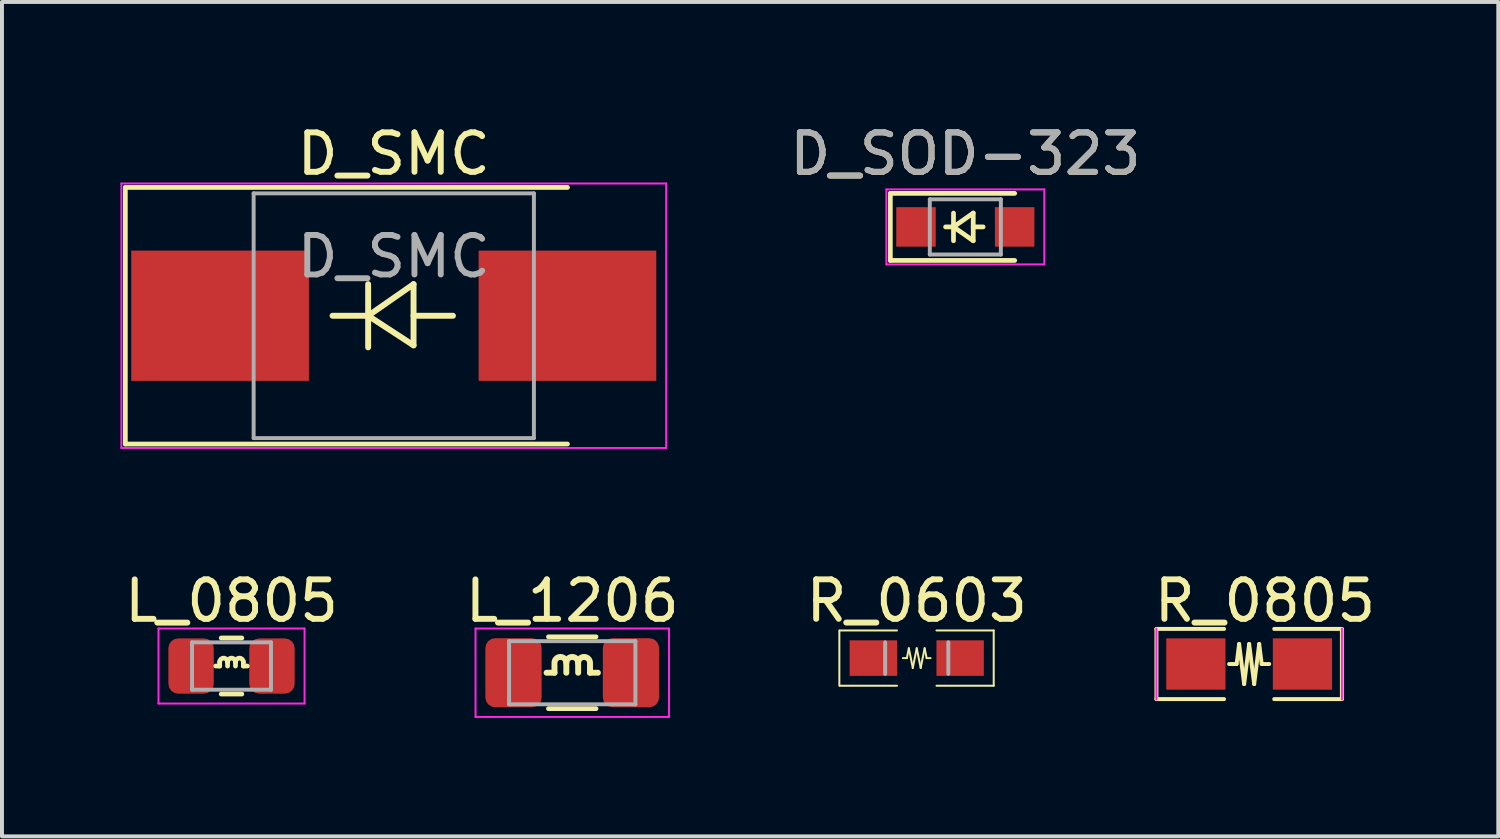
<source format=kicad_pcb>
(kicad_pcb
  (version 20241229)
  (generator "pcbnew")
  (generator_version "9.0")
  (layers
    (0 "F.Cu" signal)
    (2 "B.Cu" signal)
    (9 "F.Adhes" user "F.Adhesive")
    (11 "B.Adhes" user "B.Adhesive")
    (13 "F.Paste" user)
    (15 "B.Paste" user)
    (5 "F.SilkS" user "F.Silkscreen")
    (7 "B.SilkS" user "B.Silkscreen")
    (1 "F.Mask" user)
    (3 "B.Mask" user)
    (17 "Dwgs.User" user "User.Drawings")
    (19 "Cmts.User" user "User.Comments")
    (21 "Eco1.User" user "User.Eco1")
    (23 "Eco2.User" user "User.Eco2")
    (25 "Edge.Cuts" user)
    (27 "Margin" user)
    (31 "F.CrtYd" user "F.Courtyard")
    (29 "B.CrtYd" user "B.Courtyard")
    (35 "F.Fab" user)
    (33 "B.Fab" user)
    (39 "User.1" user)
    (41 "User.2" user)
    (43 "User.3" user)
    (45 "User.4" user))
  (footprint "R_0603"
    (layer "F.Cu")
    (at 20.173 13.621)
    (property "Reference" "R_0603" (at 0 -1.45 0) (layer "F.SilkS") (effects (font (size 1 1) (thickness 0.15))))
    (attr smd)
    (fp_line (start -1.96 -0.7) (end -1.96 0.7) (stroke (width 0.05) (type solid)) (layer "F.SilkS"))
    (fp_line (start -1.95 -0.7) (end -0.5 -0.7) (stroke (width 0.05) (type solid)) (layer "F.SilkS"))
    (fp_line (start -1.95 0.7) (end -0.5 0.7) (stroke (width 0.05) (type solid)) (layer "F.SilkS"))
    (fp_line (start -0.25 0) (end -0.35 0) (stroke (width 0.05) (type solid)) (layer "F.SilkS"))
    (fp_line (start -0.2 -0.25) (end -0.25 0) (stroke (width 0.05) (type solid)) (layer "F.SilkS"))
    (fp_line (start -0.1 0.25) (end -0.2 -0.25) (stroke (width 0.05) (type solid)) (layer "F.SilkS"))
    (fp_line (start 0 -0.25) (end -0.1 0.25) (stroke (width 0.05) (type solid)) (layer "F.SilkS"))
    (fp_line (start 0.1 0.25) (end 0 -0.25) (stroke (width 0.05) (type solid)) (layer "F.SilkS"))
    (fp_line (start 0.2 -0.25) (end 0.1 0.25) (stroke (width 0.05) (type solid)) (layer "F.SilkS"))
    (fp_line (start 0.25 0) (end 0.2 -0.25) (stroke (width 0.05) (type solid)) (layer "F.SilkS"))
    (fp_line (start 0.35 0) (end 0.25 0) (stroke (width 0.05) (type solid)) (layer "F.SilkS"))
    (fp_line (start 1.95 -0.7) (end 0.5 -0.7) (stroke (width 0.05) (type solid)) (layer "F.SilkS"))
    (fp_line (start 1.95 0.7) (end 0.5 0.7) (stroke (width 0.05) (type solid)) (layer "F.SilkS"))
    (fp_line (start 1.95 0.7) (end 1.95 -0.7) (stroke (width 0.05) (type solid)) (layer "F.SilkS"))
    (fp_line (start -0.8 0.4) (end -0.8 -0.4) (stroke (width 0.1) (type solid)) (layer "F.Fab"))
    (fp_line (start 0.8 -0.4) (end 0.8 0.4) (stroke (width 0.1) (type solid)) (layer "F.Fab"))
    (pad "1" smd rect (at -1.1 0) (size 1.2 0.9) (layers "F.Cu" "F.Mask" "F.Paste"))
    (pad "2" smd rect (at 1.1 0) (size 1.2 0.9) (layers "F.Cu" "F.Mask" "F.Paste")))
  (footprint "R_0805"
    (layer "F.Cu")
    (at 28.594 13.771)
    (property "Reference" "R_0805" (at 0.4 -1.6 0) (layer "F.SilkS") (effects (font (size 1 1) (thickness 0.15))))
    (attr smd)
    (fp_line (start -2.349 -0.889) (end -2.349 0.889) (stroke (width 0.1) (type solid)) (layer "F.SilkS"))
    (fp_line (start -2.349 0.889) (end -0.635 0.889) (stroke (width 0.1) (type solid)) (layer "F.SilkS"))
    (fp_line (start -0.635 -0.889) (end -2.349 -0.889) (stroke (width 0.1) (type solid)) (layer "F.SilkS"))
    (fp_line (start -0.318 0) (end -0.508 0) (stroke (width 0.1) (type solid)) (layer "F.SilkS"))
    (fp_line (start -0.254 -0.508) (end -0.318 0) (stroke (width 0.1) (type solid)) (layer "F.SilkS"))
    (fp_line (start -0.127 0.508) (end -0.254 -0.508) (stroke (width 0.1) (type solid)) (layer "F.SilkS"))
    (fp_line (start 0 -0.508) (end -0.127 0.508) (stroke (width 0.1) (type solid)) (layer "F.SilkS"))
    (fp_line (start 0 -0.508) (end 0.127 0.508) (stroke (width 0.1) (type solid)) (layer "F.SilkS"))
    (fp_line (start 0.127 0.508) (end 0.254 -0.508) (stroke (width 0.1) (type solid)) (layer "F.SilkS"))
    (fp_line (start 0.254 -0.508) (end 0.318 0) (stroke (width 0.1) (type solid)) (layer "F.SilkS"))
    (fp_line (start 0.318 0) (end 0.508 0) (stroke (width 0.1) (type solid)) (layer "F.SilkS"))
    (fp_line (start 0.635 -0.889) (end 2.349 -0.889) (stroke (width 0.1) (type solid)) (layer "F.SilkS"))
    (fp_line (start 2.349 -0.889) (end 2.349 0.889) (stroke (width 0.1) (type solid)) (layer "F.SilkS"))
    (fp_line (start 2.349 0.889) (end 0.635 0.889) (stroke (width 0.1) (type solid)) (layer "F.SilkS"))
    (fp_line (start -2.35 -0.9) (end -2.35 0.9) (stroke (width 0.05) (type solid)) (layer "F.CrtYd"))
    (fp_line (start 2.35 0.9) (end 2.35 -0.9) (stroke (width 0.05) (type solid)) (layer "F.CrtYd"))
    (pad "1" smd rect (at -1.35 0) (size 1.5 1.3) (layers "F.Cu" "F.Mask" "F.Paste"))
    (pad "2" smd rect (at 1.35 0) (size 1.5 1.3) (layers "F.Cu" "F.Mask" "F.Paste")))
  (footprint "L_1206"
    (layer "F.Cu")
    (at 11.446 13.992)
    (property "Reference" "L_1206" (at 0 -1.82 0) (layer "F.SilkS") (effects (font (size 1 1) (thickness 0.15))))
    (attr smd)
    (fp_line (start -0.65 0) (end -0.45 0) (stroke (width 0.15) (type solid)) (layer "F.SilkS"))
    (fp_line (start -0.602 -0.91) (end 0.602 -0.91) (stroke (width 0.12) (type solid)) (layer "F.SilkS"))
    (fp_line (start -0.602 0.91) (end 0.602 0.91) (stroke (width 0.12) (type solid)) (layer "F.SilkS"))
    (fp_line (start -0.45 0) (end -0.45 -0.2) (stroke (width 0.15) (type solid)) (layer "F.SilkS"))
    (fp_line (start -0.15 0) (end -0.15 -0.2) (stroke (width 0.15) (type solid)) (layer "F.SilkS"))
    (fp_line (start 0.15 0) (end 0.15 -0.2) (stroke (width 0.15) (type solid)) (layer "F.SilkS"))
    (fp_line (start 0.45 0) (end 0.45 -0.2) (stroke (width 0.15) (type solid)) (layer "F.SilkS"))
    (fp_line (start 0.65 0) (end 0.45 0) (stroke (width 0.15) (type solid)) (layer "F.SilkS"))
    (fp_arc (start -0.45 -0.25) (mid -0.3 -0.4) (end -0.15 -0.25) (stroke (width 0.15) (type solid)) (layer "F.SilkS"))
    (fp_arc (start -0.15 -0.25) (mid 0 -0.4) (end 0.15 -0.25) (stroke (width 0.15) (type solid)) (layer "F.SilkS"))
    (fp_arc (start 0.15 -0.25) (mid 0.3 -0.4) (end 0.45 -0.25) (stroke (width 0.15) (type solid)) (layer "F.SilkS"))
    (fp_line (start -2.45 -1.12) (end 2.45 -1.12) (stroke (width 0.05) (type solid)) (layer "F.CrtYd"))
    (fp_line (start -2.45 1.12) (end -2.45 -1.12) (stroke (width 0.05) (type solid)) (layer "F.CrtYd"))
    (fp_line (start 2.45 -1.12) (end 2.45 1.12) (stroke (width 0.05) (type solid)) (layer "F.CrtYd"))
    (fp_line (start 2.45 1.12) (end -2.45 1.12) (stroke (width 0.05) (type solid)) (layer "F.CrtYd"))
    (fp_line (start -1.6 -0.8) (end 1.6 -0.8) (stroke (width 0.1) (type solid)) (layer "F.Fab"))
    (fp_line (start -1.6 0.8) (end -1.6 -0.8) (stroke (width 0.1) (type solid)) (layer "F.Fab"))
    (fp_line (start 1.6 -0.8) (end 1.6 0.8) (stroke (width 0.1) (type solid)) (layer "F.Fab"))
    (fp_line (start 1.6 0.8) (end -1.6 0.8) (stroke (width 0.1) (type solid)) (layer "F.Fab"))
    (pad "1" smd roundrect (at -1.488 0) (size 1.425 1.75) (layers "F.Cu" "F.Mask" "F.Paste") (roundrect_rratio 0.175))
    (pad "2" smd roundrect (at 1.488 0) (size 1.425 1.75) (layers "F.Cu" "F.Mask" "F.Paste") (roundrect_rratio 0.175)))
  (footprint "D_SMC"
    (layer "F.Cu")
    (at 6.925 4.948)
    (property "Reference" "D_SMC" (at 0 -4.1 0) (layer "F.SilkS") (effects (font (size 1 1) (thickness 0.15))))
    (attr smd)
    (fp_line (start -6.8 -3.25) (end 4.4 -3.25) (stroke (width 0.12) (type solid)) (layer "F.SilkS"))
    (fp_line (start -6.8 3.25) (end -6.8 -3.25) (stroke (width 0.12) (type solid)) (layer "F.SilkS"))
    (fp_line (start -6.8 3.25) (end 4.4 3.25) (stroke (width 0.12) (type solid)) (layer "F.SilkS"))
    (fp_line (start -0.649 -0.799) (end -0.649 0.801) (stroke (width 0.15) (type solid)) (layer "F.SilkS"))
    (fp_line (start -0.649 0.001) (end -1.551 0.001) (stroke (width 0.15) (type solid)) (layer "F.SilkS"))
    (fp_line (start -0.649 0.001) (end 0.501 -0.799) (stroke (width 0.15) (type solid)) (layer "F.SilkS"))
    (fp_line (start -0.649 0.001) (end 0.501 0.75) (stroke (width 0.15) (type solid)) (layer "F.SilkS"))
    (fp_line (start 0.501 0.001) (end 1.499 0.001) (stroke (width 0.15) (type solid)) (layer "F.SilkS"))
    (fp_line (start 0.501 0.75) (end 0.501 -0.799) (stroke (width 0.15) (type solid)) (layer "F.SilkS"))
    (fp_line (start -6.9 -3.35) (end 6.9 -3.35) (stroke (width 0.05) (type solid)) (layer "F.CrtYd"))
    (fp_line (start -6.9 3.35) (end -6.9 -3.35) (stroke (width 0.05) (type solid)) (layer "F.CrtYd"))
    (fp_line (start 6.9 -3.35) (end 6.9 3.35) (stroke (width 0.05) (type solid)) (layer "F.CrtYd"))
    (fp_line (start 6.9 3.35) (end -6.9 3.35) (stroke (width 0.05) (type solid)) (layer "F.CrtYd"))
    (fp_line (start -3.55 3.1) (end -3.55 -3.1) (stroke (width 0.1) (type solid)) (layer "F.Fab"))
    (fp_line (start 3.55 -3.1) (end -3.55 -3.1) (stroke (width 0.1) (type solid)) (layer "F.Fab"))
    (fp_line (start 3.55 -3.1) (end 3.55 3.1) (stroke (width 0.1) (type solid)) (layer "F.Fab"))
    (fp_line (start 3.55 3.1) (end -3.55 3.1) (stroke (width 0.1) (type solid)) (layer "F.Fab"))
    (fp_text user "${REFERENCE}" (at 0 -1.5 0) (layer "F.Fab") (effects (font (size 1 1) (thickness 0.15))))
    (pad "1" smd rect (at -4.4 0 90) (size 3.3 4.5) (layers "F.Cu" "F.Mask" "F.Paste"))
    (pad "2" smd rect (at 4.4 0 90) (size 3.3 4.5) (layers "F.Cu" "F.Mask" "F.Paste")))
  (footprint "D_SOD-323"
    (layer "F.Cu")
    (at 21.404 2.698)
    (property "Reference" "D_SOD-323" (at 0 -1.85 0) (layer "F.SilkS") (effects (font (size 1 1) (thickness 0.15))))
    (attr smd)
    (fp_line (start -1.9 -0.85) (end -1.9 0.85) (stroke (width 0.12) (type solid)) (layer "F.SilkS"))
    (fp_line (start -1.9 -0.85) (end 1.25 -0.85) (stroke (width 0.12) (type solid)) (layer "F.SilkS"))
    (fp_line (start -1.9 0.85) (end 1.25 0.85) (stroke (width 0.12) (type solid)) (layer "F.SilkS"))
    (fp_line (start -0.3 -0.35) (end -0.3 0.35) (stroke (width 0.12) (type solid)) (layer "F.SilkS"))
    (fp_line (start -0.3 0) (end -0.5 0) (stroke (width 0.12) (type solid)) (layer "F.SilkS"))
    (fp_line (start -0.3 0) (end 0.2 -0.35) (stroke (width 0.12) (type solid)) (layer "F.SilkS"))
    (fp_line (start 0.2 -0.35) (end 0.2 0.35) (stroke (width 0.12) (type solid)) (layer "F.SilkS"))
    (fp_line (start 0.2 0) (end 0.45 0) (stroke (width 0.12) (type solid)) (layer "F.SilkS"))
    (fp_line (start 0.2 0.35) (end -0.3 0) (stroke (width 0.12) (type solid)) (layer "F.SilkS"))
    (fp_line (start -2 -0.95) (end -2 0.95) (stroke (width 0.05) (type solid)) (layer "F.CrtYd"))
    (fp_line (start -2 -0.95) (end 2 -0.95) (stroke (width 0.05) (type solid)) (layer "F.CrtYd"))
    (fp_line (start -2 0.95) (end 2 0.95) (stroke (width 0.05) (type solid)) (layer "F.CrtYd"))
    (fp_line (start 2 -0.95) (end 2 0.95) (stroke (width 0.05) (type solid)) (layer "F.CrtYd"))
    (fp_line (start -0.9 -0.7) (end 0.9 -0.7) (stroke (width 0.1) (type solid)) (layer "F.Fab"))
    (fp_line (start -0.9 0.7) (end -0.9 -0.7) (stroke (width 0.1) (type solid)) (layer "F.Fab"))
    (fp_line (start 0.9 -0.7) (end 0.9 0.7) (stroke (width 0.1) (type solid)) (layer "F.Fab"))
    (fp_line (start 0.9 0.7) (end -0.9 0.7) (stroke (width 0.1) (type solid)) (layer "F.Fab"))
    (fp_text user "${REFERENCE}" (at 0 -1.85 0) (layer "F.Fab") (effects (font (size 1 1) (thickness 0.15))))
    (pad "1" smd rect (at -1.25 0) (size 1 1) (layers "F.Cu" "F.Mask" "F.Paste"))
    (pad "2" smd rect (at 1.25 0) (size 1 1) (layers "F.Cu" "F.Mask" "F.Paste")))
  (footprint "L_0805"
    (layer "F.Cu")
    (at 2.815 13.822)
    (property "Reference" "L_0805" (at 0 -1.65 0) (layer "F.SilkS") (effects (font (size 1 1) (thickness 0.15))))
    (attr smd)
    (fp_line (start -0.3 0) (end -0.4 0) (stroke (width 0.12) (type solid)) (layer "F.SilkS"))
    (fp_line (start -0.3 0) (end -0.3 -0.1) (stroke (width 0.12) (type solid)) (layer "F.SilkS"))
    (fp_line (start -0.261 -0.71) (end 0.261 -0.71) (stroke (width 0.12) (type solid)) (layer "F.SilkS"))
    (fp_line (start -0.261 0.71) (end 0.261 0.71) (stroke (width 0.12) (type solid)) (layer "F.SilkS"))
    (fp_line (start -0.1 0) (end -0.1 -0.1) (stroke (width 0.12) (type solid)) (layer "F.SilkS"))
    (fp_line (start 0.1 0) (end 0.1 -0.1) (stroke (width 0.12) (type solid)) (layer "F.SilkS"))
    (fp_line (start 0.3 0) (end 0.3 -0.1) (stroke (width 0.12) (type solid)) (layer "F.SilkS"))
    (fp_line (start 0.3 0) (end 0.4 0) (stroke (width 0.12) (type solid)) (layer "F.SilkS"))
    (fp_arc (start -0.3 -0.1) (mid -0.2 -0.2) (end -0.1 -0.1) (stroke (width 0.12) (type solid)) (layer "F.SilkS"))
    (fp_arc (start -0.1 -0.1) (mid 0 -0.2) (end 0.1 -0.1) (stroke (width 0.12) (type solid)) (layer "F.SilkS"))
    (fp_arc (start 0.1 -0.1) (mid 0.2 -0.2) (end 0.3 -0.1) (stroke (width 0.12) (type solid)) (layer "F.SilkS"))
    (fp_line (start -1.85 -0.95) (end 1.85 -0.95) (stroke (width 0.05) (type solid)) (layer "F.CrtYd"))
    (fp_line (start -1.85 0.95) (end -1.85 -0.95) (stroke (width 0.05) (type solid)) (layer "F.CrtYd"))
    (fp_line (start 1.85 -0.95) (end 1.85 0.95) (stroke (width 0.05) (type solid)) (layer "F.CrtYd"))
    (fp_line (start 1.85 0.95) (end -1.85 0.95) (stroke (width 0.05) (type solid)) (layer "F.CrtYd"))
    (fp_line (start -1 -0.6) (end 1 -0.6) (stroke (width 0.1) (type solid)) (layer "F.Fab"))
    (fp_line (start -1 0.6) (end -1 -0.6) (stroke (width 0.1) (type solid)) (layer "F.Fab"))
    (fp_line (start 1 -0.6) (end 1 0.6) (stroke (width 0.1) (type solid)) (layer "F.Fab"))
    (fp_line (start 1 0.6) (end -1 0.6) (stroke (width 0.1) (type solid)) (layer "F.Fab"))
    (pad "1" smd roundrect (at -1.025 0) (size 1.15 1.4) (layers "F.Cu" "F.Mask" "F.Paste") (roundrect_rratio 0.217))
    (pad "2" smd roundrect (at 1.025 0) (size 1.15 1.4) (layers "F.Cu" "F.Mask" "F.Paste") (roundrect_rratio 0.217)))
  (gr_rect
    (start -3 -3)
    (end 34.905 18.137)
    (stroke (width 0.1) (type default))
    (fill no)
    (layer "Edge.Cuts")))
</source>
